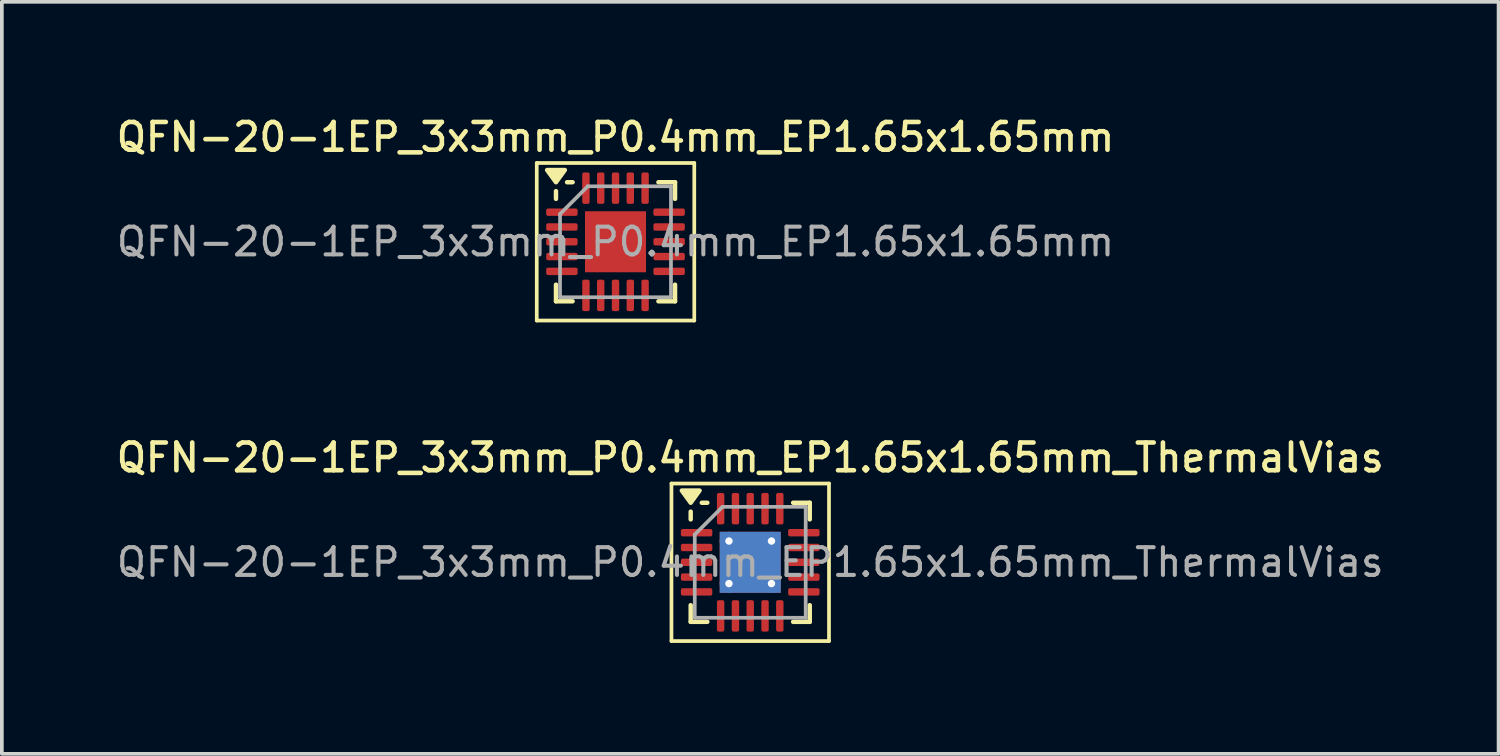
<source format=kicad_pcb>
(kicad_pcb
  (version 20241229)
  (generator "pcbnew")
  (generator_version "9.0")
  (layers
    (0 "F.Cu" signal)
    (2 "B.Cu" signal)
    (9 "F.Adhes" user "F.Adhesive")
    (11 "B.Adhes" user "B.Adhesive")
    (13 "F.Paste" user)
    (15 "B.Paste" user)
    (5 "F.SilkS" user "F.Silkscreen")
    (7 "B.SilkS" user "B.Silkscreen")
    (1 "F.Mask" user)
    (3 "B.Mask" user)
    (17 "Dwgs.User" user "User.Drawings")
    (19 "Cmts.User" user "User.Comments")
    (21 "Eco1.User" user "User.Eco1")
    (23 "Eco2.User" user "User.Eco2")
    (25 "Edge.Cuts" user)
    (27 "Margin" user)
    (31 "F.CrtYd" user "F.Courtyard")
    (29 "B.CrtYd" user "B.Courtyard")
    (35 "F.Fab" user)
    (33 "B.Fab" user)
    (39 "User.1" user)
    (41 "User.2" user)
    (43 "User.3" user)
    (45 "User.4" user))
  (footprint "QFN-20-1EP_3x3mm_P0.4mm_EP1.65x1.65mm_ThermalVias"
    (layer "F.Cu")
    (at 17.238 12.156)
    (property "Reference" "QFN-20-1EP_3x3mm_P0.4mm_EP1.65x1.65mm_ThermalVias" (at 0 -2.83 0) (layer "F.SilkS") (effects (font (size 0.75 0.75) (thickness 0.125))))
    (attr smd)
    (fp_line (start -2.13 -2.13) (end -2.13 2.13) (stroke (width 0.1) (type solid)) (layer "F.SilkS"))
    (fp_line (start -2.13 2.13) (end 2.13 2.13) (stroke (width 0.1) (type solid)) (layer "F.SilkS"))
    (fp_line (start -1.61 -1.16) (end -1.61 -1.37) (stroke (width 0.12) (type solid)) (layer "F.SilkS"))
    (fp_line (start -1.61 1.61) (end -1.61 1.16) (stroke (width 0.12) (type solid)) (layer "F.SilkS"))
    (fp_line (start -1.16 -1.61) (end -1.31 -1.61) (stroke (width 0.12) (type solid)) (layer "F.SilkS"))
    (fp_line (start -1.16 1.61) (end -1.61 1.61) (stroke (width 0.12) (type solid)) (layer "F.SilkS"))
    (fp_line (start 1.16 -1.61) (end 1.61 -1.61) (stroke (width 0.12) (type solid)) (layer "F.SilkS"))
    (fp_line (start 1.16 1.61) (end 1.61 1.61) (stroke (width 0.12) (type solid)) (layer "F.SilkS"))
    (fp_line (start 1.61 -1.61) (end 1.61 -1.16) (stroke (width 0.12) (type solid)) (layer "F.SilkS"))
    (fp_line (start 1.61 1.61) (end 1.61 1.16) (stroke (width 0.12) (type solid)) (layer "F.SilkS"))
    (fp_line (start 2.13 -2.13) (end -2.13 -2.13) (stroke (width 0.1) (type solid)) (layer "F.SilkS"))
    (fp_line (start 2.13 2.13) (end 2.13 -2.13) (stroke (width 0.1) (type solid)) (layer "F.SilkS"))
    (fp_poly (pts (xy -1.61 -1.61) (xy -1.85 -1.94) (xy -1.37 -1.94) (xy -1.61 -1.61)) (stroke (width 0.12) (type solid)) (fill yes) (layer "F.SilkS"))
    (fp_line (start -1.5 -0.75) (end -0.75 -1.5) (stroke (width 0.1) (type solid)) (layer "F.Fab"))
    (fp_line (start -1.5 1.5) (end -1.5 -0.75) (stroke (width 0.1) (type solid)) (layer "F.Fab"))
    (fp_line (start -0.75 -1.5) (end 1.5 -1.5) (stroke (width 0.1) (type solid)) (layer "F.Fab"))
    (fp_line (start 1.5 -1.5) (end 1.5 1.5) (stroke (width 0.1) (type solid)) (layer "F.Fab"))
    (fp_line (start 1.5 1.5) (end -1.5 1.5) (stroke (width 0.1) (type solid)) (layer "F.Fab"))
    (fp_text user "${REFERENCE}" (at 0 0 0) (layer "F.Fab") (effects (font (size 0.75 0.75) (thickness 0.11))))
    (pad "" smd roundrect (at -0.41 -0.41) (size 0.69 0.69) (layers "F.Paste") (roundrect_rratio 0.25))
    (pad "" smd roundrect (at -0.41 0.41) (size 0.69 0.69) (layers "F.Paste") (roundrect_rratio 0.25))
    (pad "" smd roundrect (at 0.41 -0.41) (size 0.69 0.69) (layers "F.Paste") (roundrect_rratio 0.25))
    (pad "" smd roundrect (at 0.41 0.41) (size 0.69 0.69) (layers "F.Paste") (roundrect_rratio 0.25))
    (pad "1" smd roundrect (at -1.45 -0.8) (size 0.85 0.2) (layers "F.Cu" "F.Mask" "F.Paste") (roundrect_rratio 0.25))
    (pad "2" smd roundrect (at -1.45 -0.4) (size 0.85 0.2) (layers "F.Cu" "F.Mask" "F.Paste") (roundrect_rratio 0.25))
    (pad "3" smd roundrect (at -1.45 0) (size 0.85 0.2) (layers "F.Cu" "F.Mask" "F.Paste") (roundrect_rratio 0.25))
    (pad "4" smd roundrect (at -1.45 0.4) (size 0.85 0.2) (layers "F.Cu" "F.Mask" "F.Paste") (roundrect_rratio 0.25))
    (pad "5" smd roundrect (at -1.45 0.8) (size 0.85 0.2) (layers "F.Cu" "F.Mask" "F.Paste") (roundrect_rratio 0.25))
    (pad "6" smd roundrect (at -0.8 1.45) (size 0.2 0.85) (layers "F.Cu" "F.Mask" "F.Paste") (roundrect_rratio 0.25))
    (pad "7" smd roundrect (at -0.4 1.45) (size 0.2 0.85) (layers "F.Cu" "F.Mask" "F.Paste") (roundrect_rratio 0.25))
    (pad "8" smd roundrect (at 0 1.45) (size 0.2 0.85) (layers "F.Cu" "F.Mask" "F.Paste") (roundrect_rratio 0.25))
    (pad "9" smd roundrect (at 0.4 1.45) (size 0.2 0.85) (layers "F.Cu" "F.Mask" "F.Paste") (roundrect_rratio 0.25))
    (pad "10" smd roundrect (at 0.8 1.45) (size 0.2 0.85) (layers "F.Cu" "F.Mask" "F.Paste") (roundrect_rratio 0.25))
    (pad "11" smd roundrect (at 1.45 0.8) (size 0.85 0.2) (layers "F.Cu" "F.Mask" "F.Paste") (roundrect_rratio 0.25))
    (pad "12" smd roundrect (at 1.45 0.4) (size 0.85 0.2) (layers "F.Cu" "F.Mask" "F.Paste") (roundrect_rratio 0.25))
    (pad "13" smd roundrect (at 1.45 0) (size 0.85 0.2) (layers "F.Cu" "F.Mask" "F.Paste") (roundrect_rratio 0.25))
    (pad "14" smd roundrect (at 1.45 -0.4) (size 0.85 0.2) (layers "F.Cu" "F.Mask" "F.Paste") (roundrect_rratio 0.25))
    (pad "15" smd roundrect (at 1.45 -0.8) (size 0.85 0.2) (layers "F.Cu" "F.Mask" "F.Paste") (roundrect_rratio 0.25))
    (pad "16" smd roundrect (at 0.8 -1.45) (size 0.2 0.85) (layers "F.Cu" "F.Mask" "F.Paste") (roundrect_rratio 0.25))
    (pad "17" smd roundrect (at 0.4 -1.45) (size 0.2 0.85) (layers "F.Cu" "F.Mask" "F.Paste") (roundrect_rratio 0.25))
    (pad "18" smd roundrect (at 0 -1.45) (size 0.2 0.85) (layers "F.Cu" "F.Mask" "F.Paste") (roundrect_rratio 0.25))
    (pad "19" smd roundrect (at -0.4 -1.45) (size 0.2 0.85) (layers "F.Cu" "F.Mask" "F.Paste") (roundrect_rratio 0.25))
    (pad "20" smd roundrect (at -0.8 -1.45) (size 0.2 0.85) (layers "F.Cu" "F.Mask" "F.Paste") (roundrect_rratio 0.25))
    (pad "21" thru_hole circle (at -0.575 -0.575) (size 0.5 0.5) (drill 0.2) (property pad_prop_heatsink) (layers "*.Cu"))
    (pad "21" thru_hole circle (at -0.575 0.575) (size 0.5 0.5) (drill 0.2) (property pad_prop_heatsink) (layers "*.Cu"))
    (pad "21" smd rect (at 0 0) (size 1.65 1.65) (property pad_prop_heatsink) (layers "F.Cu" "F.Mask"))
    (pad "21" smd rect (at 0 0) (size 1.65 1.65) (property pad_prop_heatsink) (layers "B.Cu"))
    (pad "21" thru_hole circle (at 0.575 -0.575) (size 0.5 0.5) (drill 0.2) (property pad_prop_heatsink) (layers "*.Cu"))
    (pad "21" thru_hole circle (at 0.575 0.575) (size 0.5 0.5) (drill 0.2) (property pad_prop_heatsink) (layers "*.Cu")))
  (footprint "QFN-20-1EP_3x3mm_P0.4mm_EP1.65x1.65mm"
    (layer "F.Cu")
    (at 13.595 3.488)
    (property "Reference" "QFN-20-1EP_3x3mm_P0.4mm_EP1.65x1.65mm" (at 0 -2.83 0) (layer "F.SilkS") (effects (font (size 0.75 0.75) (thickness 0.125))))
    (attr smd)
    (fp_line (start -2.13 -2.13) (end -2.13 2.13) (stroke (width 0.1) (type solid)) (layer "F.SilkS"))
    (fp_line (start -2.13 2.13) (end 2.13 2.13) (stroke (width 0.1) (type solid)) (layer "F.SilkS"))
    (fp_line (start -1.61 -1.16) (end -1.61 -1.37) (stroke (width 0.12) (type solid)) (layer "F.SilkS"))
    (fp_line (start -1.61 1.61) (end -1.61 1.16) (stroke (width 0.12) (type solid)) (layer "F.SilkS"))
    (fp_line (start -1.16 -1.61) (end -1.31 -1.61) (stroke (width 0.12) (type solid)) (layer "F.SilkS"))
    (fp_line (start -1.16 1.61) (end -1.61 1.61) (stroke (width 0.12) (type solid)) (layer "F.SilkS"))
    (fp_line (start 1.16 -1.61) (end 1.61 -1.61) (stroke (width 0.12) (type solid)) (layer "F.SilkS"))
    (fp_line (start 1.16 1.61) (end 1.61 1.61) (stroke (width 0.12) (type solid)) (layer "F.SilkS"))
    (fp_line (start 1.61 -1.61) (end 1.61 -1.16) (stroke (width 0.12) (type solid)) (layer "F.SilkS"))
    (fp_line (start 1.61 1.61) (end 1.61 1.16) (stroke (width 0.12) (type solid)) (layer "F.SilkS"))
    (fp_line (start 2.13 -2.13) (end -2.13 -2.13) (stroke (width 0.1) (type solid)) (layer "F.SilkS"))
    (fp_line (start 2.13 2.13) (end 2.13 -2.13) (stroke (width 0.1) (type solid)) (layer "F.SilkS"))
    (fp_poly (pts (xy -1.61 -1.61) (xy -1.85 -1.94) (xy -1.37 -1.94) (xy -1.61 -1.61)) (stroke (width 0.12) (type solid)) (fill yes) (layer "F.SilkS"))
    (fp_line (start -1.5 -0.75) (end -0.75 -1.5) (stroke (width 0.1) (type solid)) (layer "F.Fab"))
    (fp_line (start -1.5 1.5) (end -1.5 -0.75) (stroke (width 0.1) (type solid)) (layer "F.Fab"))
    (fp_line (start -0.75 -1.5) (end 1.5 -1.5) (stroke (width 0.1) (type solid)) (layer "F.Fab"))
    (fp_line (start 1.5 -1.5) (end 1.5 1.5) (stroke (width 0.1) (type solid)) (layer "F.Fab"))
    (fp_line (start 1.5 1.5) (end -1.5 1.5) (stroke (width 0.1) (type solid)) (layer "F.Fab"))
    (fp_text user "${REFERENCE}" (at 0 0 0) (layer "F.Fab") (effects (font (size 0.75 0.75) (thickness 0.11))))
    (pad "" smd roundrect (at -0.41 -0.41) (size 0.67 0.67) (layers "F.Paste") (roundrect_rratio 0.25))
    (pad "" smd roundrect (at -0.41 0.41) (size 0.67 0.67) (layers "F.Paste") (roundrect_rratio 0.25))
    (pad "" smd roundrect (at 0.41 -0.41) (size 0.67 0.67) (layers "F.Paste") (roundrect_rratio 0.25))
    (pad "" smd roundrect (at 0.41 0.41) (size 0.67 0.67) (layers "F.Paste") (roundrect_rratio 0.25))
    (pad "1" smd roundrect (at -1.45 -0.8) (size 0.85 0.2) (layers "F.Cu" "F.Mask" "F.Paste") (roundrect_rratio 0.25))
    (pad "2" smd roundrect (at -1.45 -0.4) (size 0.85 0.2) (layers "F.Cu" "F.Mask" "F.Paste") (roundrect_rratio 0.25))
    (pad "3" smd roundrect (at -1.45 0) (size 0.85 0.2) (layers "F.Cu" "F.Mask" "F.Paste") (roundrect_rratio 0.25))
    (pad "4" smd roundrect (at -1.45 0.4) (size 0.85 0.2) (layers "F.Cu" "F.Mask" "F.Paste") (roundrect_rratio 0.25))
    (pad "5" smd roundrect (at -1.45 0.8) (size 0.85 0.2) (layers "F.Cu" "F.Mask" "F.Paste") (roundrect_rratio 0.25))
    (pad "6" smd roundrect (at -0.8 1.45) (size 0.2 0.85) (layers "F.Cu" "F.Mask" "F.Paste") (roundrect_rratio 0.25))
    (pad "7" smd roundrect (at -0.4 1.45) (size 0.2 0.85) (layers "F.Cu" "F.Mask" "F.Paste") (roundrect_rratio 0.25))
    (pad "8" smd roundrect (at 0 1.45) (size 0.2 0.85) (layers "F.Cu" "F.Mask" "F.Paste") (roundrect_rratio 0.25))
    (pad "9" smd roundrect (at 0.4 1.45) (size 0.2 0.85) (layers "F.Cu" "F.Mask" "F.Paste") (roundrect_rratio 0.25))
    (pad "10" smd roundrect (at 0.8 1.45) (size 0.2 0.85) (layers "F.Cu" "F.Mask" "F.Paste") (roundrect_rratio 0.25))
    (pad "11" smd roundrect (at 1.45 0.8) (size 0.85 0.2) (layers "F.Cu" "F.Mask" "F.Paste") (roundrect_rratio 0.25))
    (pad "12" smd roundrect (at 1.45 0.4) (size 0.85 0.2) (layers "F.Cu" "F.Mask" "F.Paste") (roundrect_rratio 0.25))
    (pad "13" smd roundrect (at 1.45 0) (size 0.85 0.2) (layers "F.Cu" "F.Mask" "F.Paste") (roundrect_rratio 0.25))
    (pad "14" smd roundrect (at 1.45 -0.4) (size 0.85 0.2) (layers "F.Cu" "F.Mask" "F.Paste") (roundrect_rratio 0.25))
    (pad "15" smd roundrect (at 1.45 -0.8) (size 0.85 0.2) (layers "F.Cu" "F.Mask" "F.Paste") (roundrect_rratio 0.25))
    (pad "16" smd roundrect (at 0.8 -1.45) (size 0.2 0.85) (layers "F.Cu" "F.Mask" "F.Paste") (roundrect_rratio 0.25))
    (pad "17" smd roundrect (at 0.4 -1.45) (size 0.2 0.85) (layers "F.Cu" "F.Mask" "F.Paste") (roundrect_rratio 0.25))
    (pad "18" smd roundrect (at 0 -1.45) (size 0.2 0.85) (layers "F.Cu" "F.Mask" "F.Paste") (roundrect_rratio 0.25))
    (pad "19" smd roundrect (at -0.4 -1.45) (size 0.2 0.85) (layers "F.Cu" "F.Mask" "F.Paste") (roundrect_rratio 0.25))
    (pad "20" smd roundrect (at -0.8 -1.45) (size 0.2 0.85) (layers "F.Cu" "F.Mask" "F.Paste") (roundrect_rratio 0.25))
    (pad "21" smd rect (at 0 0) (size 1.65 1.65) (property pad_prop_heatsink) (layers "F.Cu" "F.Mask")))
  (gr_rect
    (start -3 -3)
    (end 37.475 17.336)
    (stroke (width 0.1) (type default))
    (fill no)
    (layer "Edge.Cuts")))
</source>
